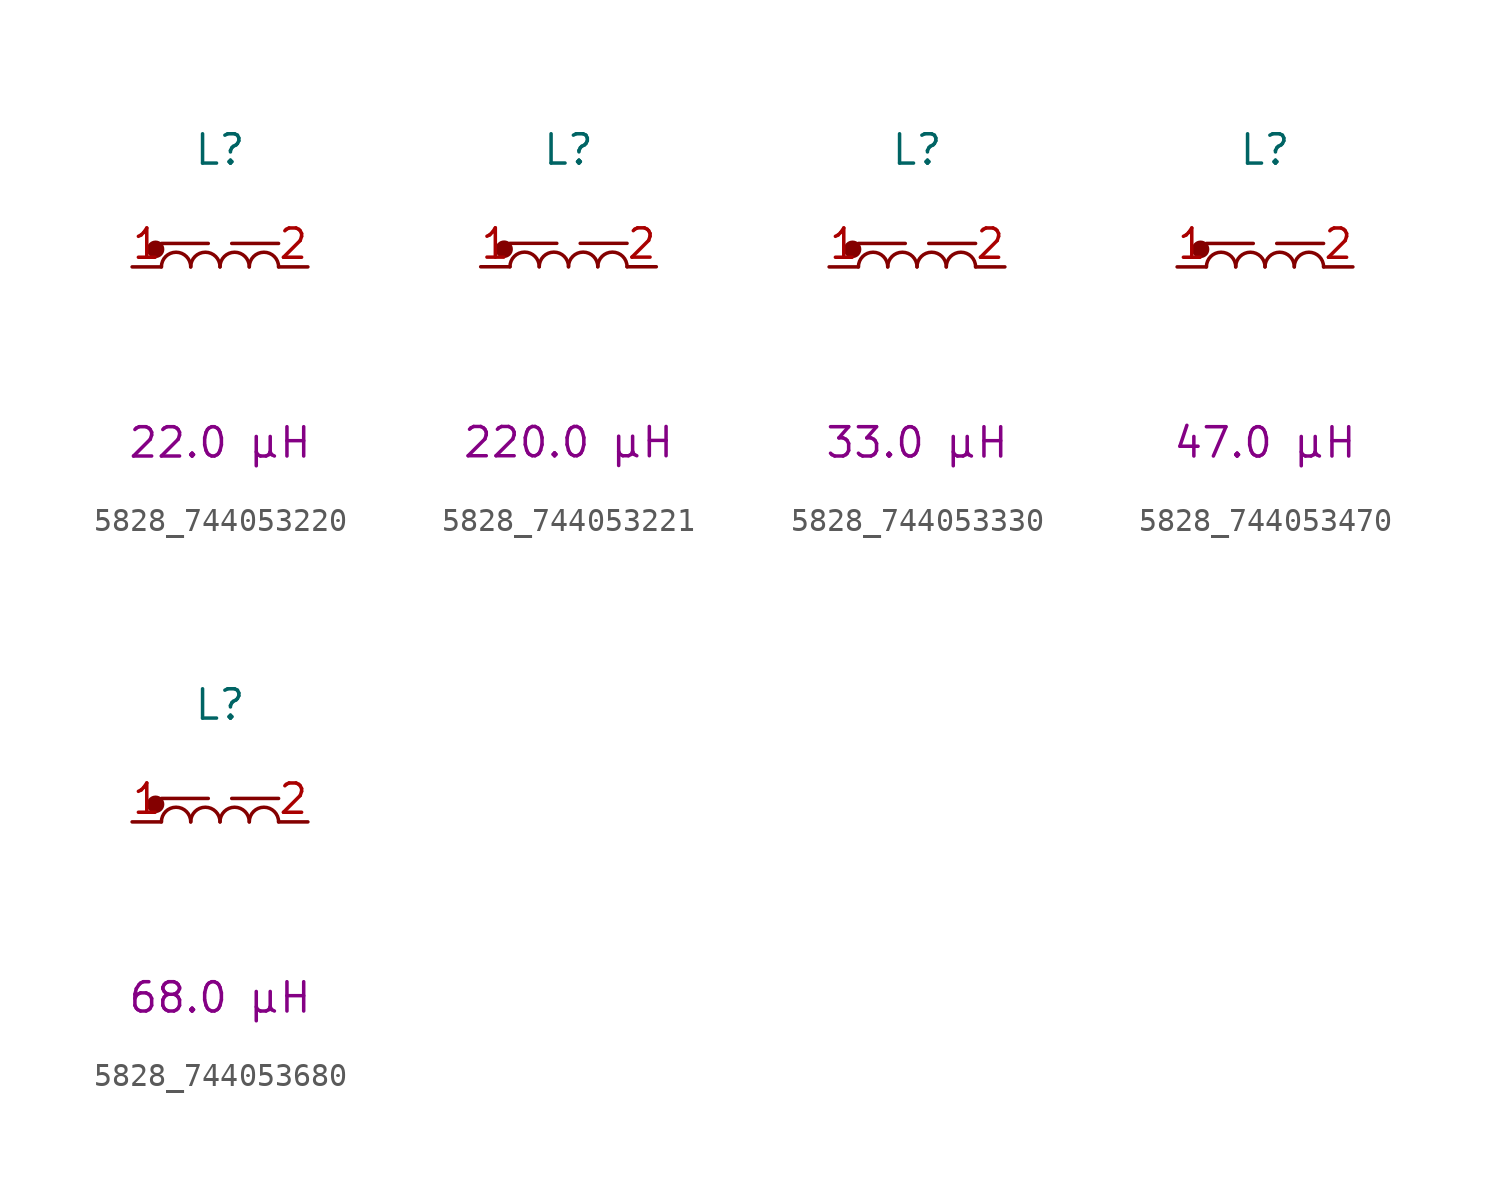
<source format=kicad_sym>
(kicad_symbol_lib
  (version 20220914)
  (generator kicad_symbol_editor)
  (symbol "5828_744053220"
    (pin_names hide)
    (property "Reference" "L"
      (at 0 5.08 0)
      (effects (font (size 1.27 1.27))))
    (property "Critical Parameter" "22.0 µH"
      (at 0 -7.62 0)
      (effects (font (size 1.27 1.27))))
    (symbol "5828_744053220_0_1"
      (arc (start -1.27 0) (mid -1.905 0.6323) (end -2.54 0) (stroke (width 0) (type default)) (fill (type none)))
      (arc (start 0 0) (mid -0.635 0.6323) (end -1.27 0) (stroke (width 0) (type default)) (fill (type none)))
      (polyline (pts (xy -2.54 1.016) (xy -0.508 1.016)) (stroke (width 0) (type default)) (fill (type none)))
      (arc (start 1.27 0) (mid 0.635 0.6323) (end 0 0) (stroke (width 0) (type default)) (fill (type none)))
      (arc (start 2.54 0) (mid 1.905 0.6323) (end 1.27 0) (stroke (width 0) (type default)) (fill (type none))))
    (symbol "5828_744053220_1_1"
      (circle (center -2.794 0.762) (radius 0.0001) (stroke (width 0.381) (type default)) (fill (type none)))
      (polyline (pts (xy 2.54 1.016) (xy 0.508 1.016)) (stroke (width 0) (type default)) (fill (type none)))
      (pin passive line (at -3.81 0 0) (length 1.27) (name "1" (effects (font (size 1.27 1.27)))) (number "1" (effects (font (size 1.27 1.27)))))
      (pin passive line (at 3.81 0 180) (length 1.27) (name "2" (effects (font (size 1.27 1.27)))) (number "2" (effects (font (size 1.27 1.27)))))))
  (symbol "5828_744053221"
    (pin_names hide)
    (property "Reference" "L"
      (at 0 5.08 0)
      (effects (font (size 1.27 1.27))))
    (property "Critical Parameter" "220.0 µH"
      (at 0 -7.62 0)
      (effects (font (size 1.27 1.27))))
    (symbol "5828_744053221_0_1"
      (arc (start -1.27 0) (mid -1.905 0.6323) (end -2.54 0) (stroke (width 0) (type default)) (fill (type none)))
      (arc (start 0 0) (mid -0.635 0.6323) (end -1.27 0) (stroke (width 0) (type default)) (fill (type none)))
      (polyline (pts (xy -2.54 1.016) (xy -0.508 1.016)) (stroke (width 0) (type default)) (fill (type none)))
      (arc (start 1.27 0) (mid 0.635 0.6323) (end 0 0) (stroke (width 0) (type default)) (fill (type none)))
      (arc (start 2.54 0) (mid 1.905 0.6323) (end 1.27 0) (stroke (width 0) (type default)) (fill (type none))))
    (symbol "5828_744053221_1_1"
      (circle (center -2.794 0.762) (radius 0.0001) (stroke (width 0.381) (type default)) (fill (type none)))
      (polyline (pts (xy 2.54 1.016) (xy 0.508 1.016)) (stroke (width 0) (type default)) (fill (type none)))
      (pin passive line (at -3.81 0 0) (length 1.27) (name "1" (effects (font (size 1.27 1.27)))) (number "1" (effects (font (size 1.27 1.27)))))
      (pin passive line (at 3.81 0 180) (length 1.27) (name "2" (effects (font (size 1.27 1.27)))) (number "2" (effects (font (size 1.27 1.27)))))))
  (symbol "5828_744053330"
    (pin_names hide)
    (property "Reference" "L"
      (at 0 5.08 0)
      (effects (font (size 1.27 1.27))))
    (property "Critical Parameter" "33.0 µH"
      (at 0 -7.62 0)
      (effects (font (size 1.27 1.27))))
    (symbol "5828_744053330_0_1"
      (arc (start -1.27 0) (mid -1.905 0.6323) (end -2.54 0) (stroke (width 0) (type default)) (fill (type none)))
      (arc (start 0 0) (mid -0.635 0.6323) (end -1.27 0) (stroke (width 0) (type default)) (fill (type none)))
      (polyline (pts (xy -2.54 1.016) (xy -0.508 1.016)) (stroke (width 0) (type default)) (fill (type none)))
      (arc (start 1.27 0) (mid 0.635 0.6323) (end 0 0) (stroke (width 0) (type default)) (fill (type none)))
      (arc (start 2.54 0) (mid 1.905 0.6323) (end 1.27 0) (stroke (width 0) (type default)) (fill (type none))))
    (symbol "5828_744053330_1_1"
      (circle (center -2.794 0.762) (radius 0.0001) (stroke (width 0.381) (type default)) (fill (type none)))
      (polyline (pts (xy 2.54 1.016) (xy 0.508 1.016)) (stroke (width 0) (type default)) (fill (type none)))
      (pin passive line (at -3.81 0 0) (length 1.27) (name "1" (effects (font (size 1.27 1.27)))) (number "1" (effects (font (size 1.27 1.27)))))
      (pin passive line (at 3.81 0 180) (length 1.27) (name "2" (effects (font (size 1.27 1.27)))) (number "2" (effects (font (size 1.27 1.27)))))))
  (symbol "5828_744053470"
    (pin_names hide)
    (property "Reference" "L"
      (at 0 5.08 0)
      (effects (font (size 1.27 1.27))))
    (property "Critical Parameter" "47.0 µH"
      (at 0 -7.62 0)
      (effects (font (size 1.27 1.27))))
    (symbol "5828_744053470_0_1"
      (arc (start -1.27 0) (mid -1.905 0.6323) (end -2.54 0) (stroke (width 0) (type default)) (fill (type none)))
      (arc (start 0 0) (mid -0.635 0.6323) (end -1.27 0) (stroke (width 0) (type default)) (fill (type none)))
      (polyline (pts (xy -2.54 1.016) (xy -0.508 1.016)) (stroke (width 0) (type default)) (fill (type none)))
      (arc (start 1.27 0) (mid 0.635 0.6323) (end 0 0) (stroke (width 0) (type default)) (fill (type none)))
      (arc (start 2.54 0) (mid 1.905 0.6323) (end 1.27 0) (stroke (width 0) (type default)) (fill (type none))))
    (symbol "5828_744053470_1_1"
      (circle (center -2.794 0.762) (radius 0.0001) (stroke (width 0.381) (type default)) (fill (type none)))
      (polyline (pts (xy 2.54 1.016) (xy 0.508 1.016)) (stroke (width 0) (type default)) (fill (type none)))
      (pin passive line (at -3.81 0 0) (length 1.27) (name "1" (effects (font (size 1.27 1.27)))) (number "1" (effects (font (size 1.27 1.27)))))
      (pin passive line (at 3.81 0 180) (length 1.27) (name "2" (effects (font (size 1.27 1.27)))) (number "2" (effects (font (size 1.27 1.27)))))))
  (symbol "5828_744053680"
    (pin_names hide)
    (property "Reference" "L"
      (at 0 5.08 0)
      (effects (font (size 1.27 1.27))))
    (property "Critical Parameter" "68.0 µH"
      (at 0 -7.62 0)
      (effects (font (size 1.27 1.27))))
    (symbol "5828_744053680_0_1"
      (arc (start -1.27 0) (mid -1.905 0.6323) (end -2.54 0) (stroke (width 0) (type default)) (fill (type none)))
      (arc (start 0 0) (mid -0.635 0.6323) (end -1.27 0) (stroke (width 0) (type default)) (fill (type none)))
      (polyline (pts (xy -2.54 1.016) (xy -0.508 1.016)) (stroke (width 0) (type default)) (fill (type none)))
      (arc (start 1.27 0) (mid 0.635 0.6323) (end 0 0) (stroke (width 0) (type default)) (fill (type none)))
      (arc (start 2.54 0) (mid 1.905 0.6323) (end 1.27 0) (stroke (width 0) (type default)) (fill (type none))))
    (symbol "5828_744053680_1_1"
      (circle (center -2.794 0.762) (radius 0.0001) (stroke (width 0.381) (type default)) (fill (type none)))
      (polyline (pts (xy 2.54 1.016) (xy 0.508 1.016)) (stroke (width 0) (type default)) (fill (type none)))
      (pin passive line (at -3.81 0 0) (length 1.27) (name "1" (effects (font (size 1.27 1.27)))) (number "1" (effects (font (size 1.27 1.27)))))
      (pin passive line (at 3.81 0 180) (length 1.27) (name "2" (effects (font (size 1.27 1.27)))) (number "2" (effects (font (size 1.27 1.27))))))))
</source>
